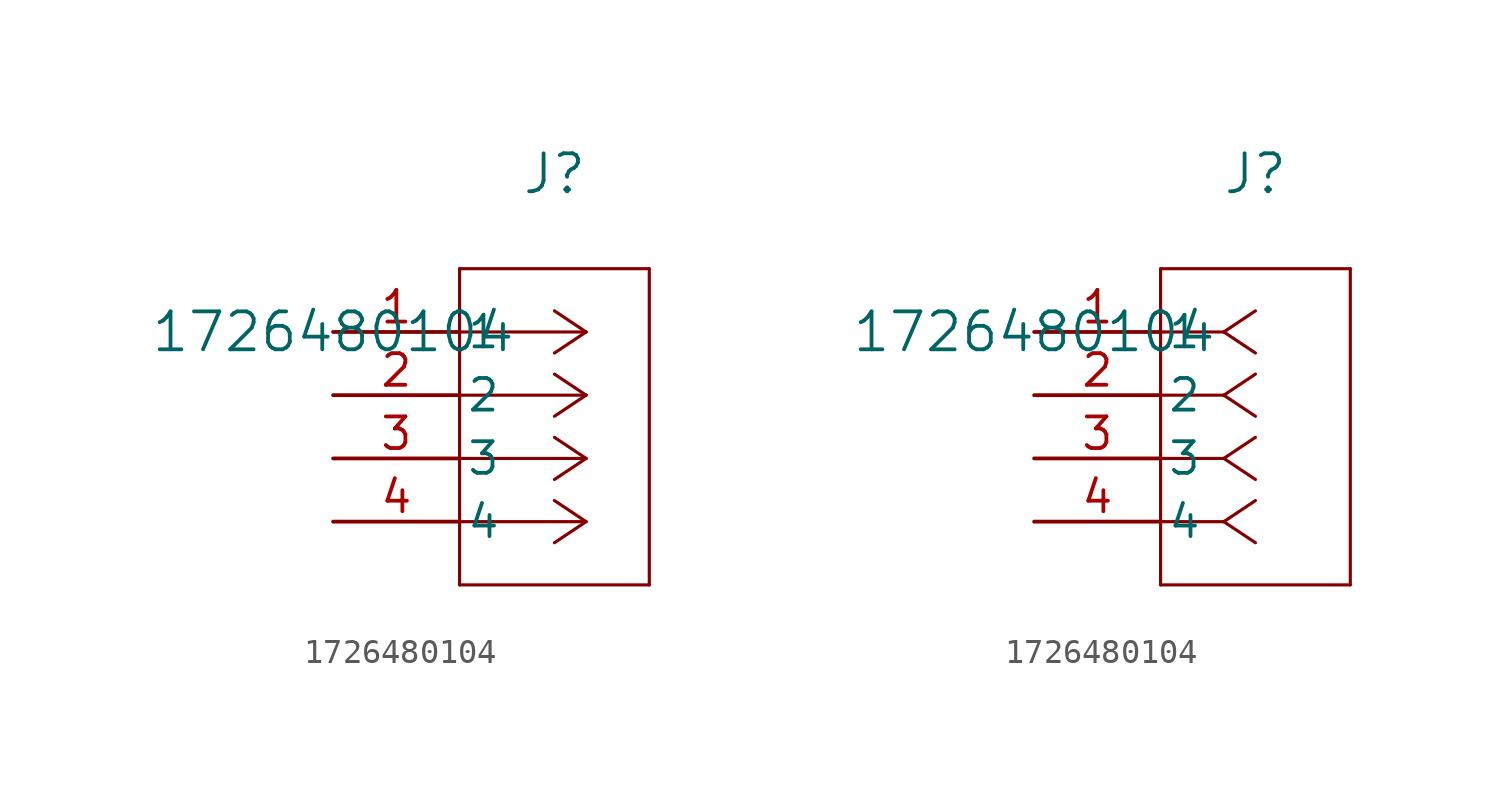
<source format=kicad_sym>
(kicad_symbol_lib
  (version 20211014)
  (generator kicad_symbol_editor)
  (symbol "1726480104"
    (pin_names
      (offset 0.254))
    (property "Reference" "J"
      (at 8.89 6.35 0)
      (effects (font (size 1.524 1.524))))
    (property "Value" "1726480104"
      (at 0 0 0)
      (effects (font (size 1.524 1.524))))
    (symbol "1726480104_1_1"
      (polyline (pts (xy 10.16 0) (xy 5.08 0)) (stroke (width 0.127) (type default) (color 0 0 0 0)) (fill (type none)))
      (polyline (pts (xy 10.16 -2.54) (xy 5.08 -2.54)) (stroke (width 0.127) (type default) (color 0 0 0 0)) (fill (type none)))
      (polyline (pts (xy 10.16 -5.08) (xy 5.08 -5.08)) (stroke (width 0.127) (type default) (color 0 0 0 0)) (fill (type none)))
      (polyline (pts (xy 10.16 -7.62) (xy 5.08 -7.62)) (stroke (width 0.127) (type default) (color 0 0 0 0)) (fill (type none)))
      (polyline (pts (xy 10.16 0) (xy 8.89 0.847)) (stroke (width 0.127) (type default) (color 0 0 0 0)) (fill (type none)))
      (polyline (pts (xy 10.16 -2.54) (xy 8.89 -1.693)) (stroke (width 0.127) (type default) (color 0 0 0 0)) (fill (type none)))
      (polyline (pts (xy 10.16 -5.08) (xy 8.89 -4.233)) (stroke (width 0.127) (type default) (color 0 0 0 0)) (fill (type none)))
      (polyline (pts (xy 10.16 -7.62) (xy 8.89 -6.773)) (stroke (width 0.127) (type default) (color 0 0 0 0)) (fill (type none)))
      (polyline (pts (xy 10.16 0) (xy 8.89 -0.847)) (stroke (width 0.127) (type default) (color 0 0 0 0)) (fill (type none)))
      (polyline (pts (xy 10.16 -2.54) (xy 8.89 -3.387)) (stroke (width 0.127) (type default) (color 0 0 0 0)) (fill (type none)))
      (polyline (pts (xy 10.16 -5.08) (xy 8.89 -5.927)) (stroke (width 0.127) (type default) (color 0 0 0 0)) (fill (type none)))
      (polyline (pts (xy 10.16 -7.62) (xy 8.89 -8.467)) (stroke (width 0.127) (type default) (color 0 0 0 0)) (fill (type none)))
      (polyline (pts (xy 5.08 2.54) (xy 5.08 -10.16)) (stroke (width 0.127) (type default) (color 0 0 0 0)) (fill (type none)))
      (polyline (pts (xy 5.08 -10.16) (xy 12.7 -10.16)) (stroke (width 0.127) (type default) (color 0 0 0 0)) (fill (type none)))
      (polyline (pts (xy 12.7 -10.16) (xy 12.7 2.54)) (stroke (width 0.127) (type default) (color 0 0 0 0)) (fill (type none)))
      (polyline (pts (xy 12.7 2.54) (xy 5.08 2.54)) (stroke (width 0.127) (type default) (color 0 0 0 0)) (fill (type none)))
      (pin unspecified line (at 0 0 0) (length 5.08) (name "1" (effects (font (size 1.27 1.27)))) (number "1" (effects (font (size 1.27 1.27)))))
      (pin unspecified line (at 0 -2.54 0) (length 5.08) (name "2" (effects (font (size 1.27 1.27)))) (number "2" (effects (font (size 1.27 1.27)))))
      (pin unspecified line (at 0 -5.08 0) (length 5.08) (name "3" (effects (font (size 1.27 1.27)))) (number "3" (effects (font (size 1.27 1.27)))))
      (pin unspecified line (at 0 -7.62 0) (length 5.08) (name "4" (effects (font (size 1.27 1.27)))) (number "4" (effects (font (size 1.27 1.27))))))
    (symbol "1726480104_1_2"
      (polyline (pts (xy 7.62 0) (xy 5.08 0)) (stroke (width 0.127) (type default) (color 0 0 0 0)) (fill (type none)))
      (polyline (pts (xy 7.62 -2.54) (xy 5.08 -2.54)) (stroke (width 0.127) (type default) (color 0 0 0 0)) (fill (type none)))
      (polyline (pts (xy 7.62 -5.08) (xy 5.08 -5.08)) (stroke (width 0.127) (type default) (color 0 0 0 0)) (fill (type none)))
      (polyline (pts (xy 7.62 -7.62) (xy 5.08 -7.62)) (stroke (width 0.127) (type default) (color 0 0 0 0)) (fill (type none)))
      (polyline (pts (xy 7.62 0) (xy 8.89 0.847)) (stroke (width 0.127) (type default) (color 0 0 0 0)) (fill (type none)))
      (polyline (pts (xy 7.62 -2.54) (xy 8.89 -1.693)) (stroke (width 0.127) (type default) (color 0 0 0 0)) (fill (type none)))
      (polyline (pts (xy 7.62 -5.08) (xy 8.89 -4.233)) (stroke (width 0.127) (type default) (color 0 0 0 0)) (fill (type none)))
      (polyline (pts (xy 7.62 -7.62) (xy 8.89 -6.773)) (stroke (width 0.127) (type default) (color 0 0 0 0)) (fill (type none)))
      (polyline (pts (xy 7.62 0) (xy 8.89 -0.847)) (stroke (width 0.127) (type default) (color 0 0 0 0)) (fill (type none)))
      (polyline (pts (xy 7.62 -2.54) (xy 8.89 -3.387)) (stroke (width 0.127) (type default) (color 0 0 0 0)) (fill (type none)))
      (polyline (pts (xy 7.62 -5.08) (xy 8.89 -5.927)) (stroke (width 0.127) (type default) (color 0 0 0 0)) (fill (type none)))
      (polyline (pts (xy 7.62 -7.62) (xy 8.89 -8.467)) (stroke (width 0.127) (type default) (color 0 0 0 0)) (fill (type none)))
      (polyline (pts (xy 5.08 2.54) (xy 5.08 -10.16)) (stroke (width 0.127) (type default) (color 0 0 0 0)) (fill (type none)))
      (polyline (pts (xy 5.08 -10.16) (xy 12.7 -10.16)) (stroke (width 0.127) (type default) (color 0 0 0 0)) (fill (type none)))
      (polyline (pts (xy 12.7 -10.16) (xy 12.7 2.54)) (stroke (width 0.127) (type default) (color 0 0 0 0)) (fill (type none)))
      (polyline (pts (xy 12.7 2.54) (xy 5.08 2.54)) (stroke (width 0.127) (type default) (color 0 0 0 0)) (fill (type none)))
      (pin unspecified line (at 0 0 0) (length 5.08) (name "1" (effects (font (size 1.27 1.27)))) (number "1" (effects (font (size 1.27 1.27)))))
      (pin unspecified line (at 0 -2.54 0) (length 5.08) (name "2" (effects (font (size 1.27 1.27)))) (number "2" (effects (font (size 1.27 1.27)))))
      (pin unspecified line (at 0 -5.08 0) (length 5.08) (name "3" (effects (font (size 1.27 1.27)))) (number "3" (effects (font (size 1.27 1.27)))))
      (pin unspecified line (at 0 -7.62 0) (length 5.08) (name "4" (effects (font (size 1.27 1.27)))) (number "4" (effects (font (size 1.27 1.27))))))))
</source>
